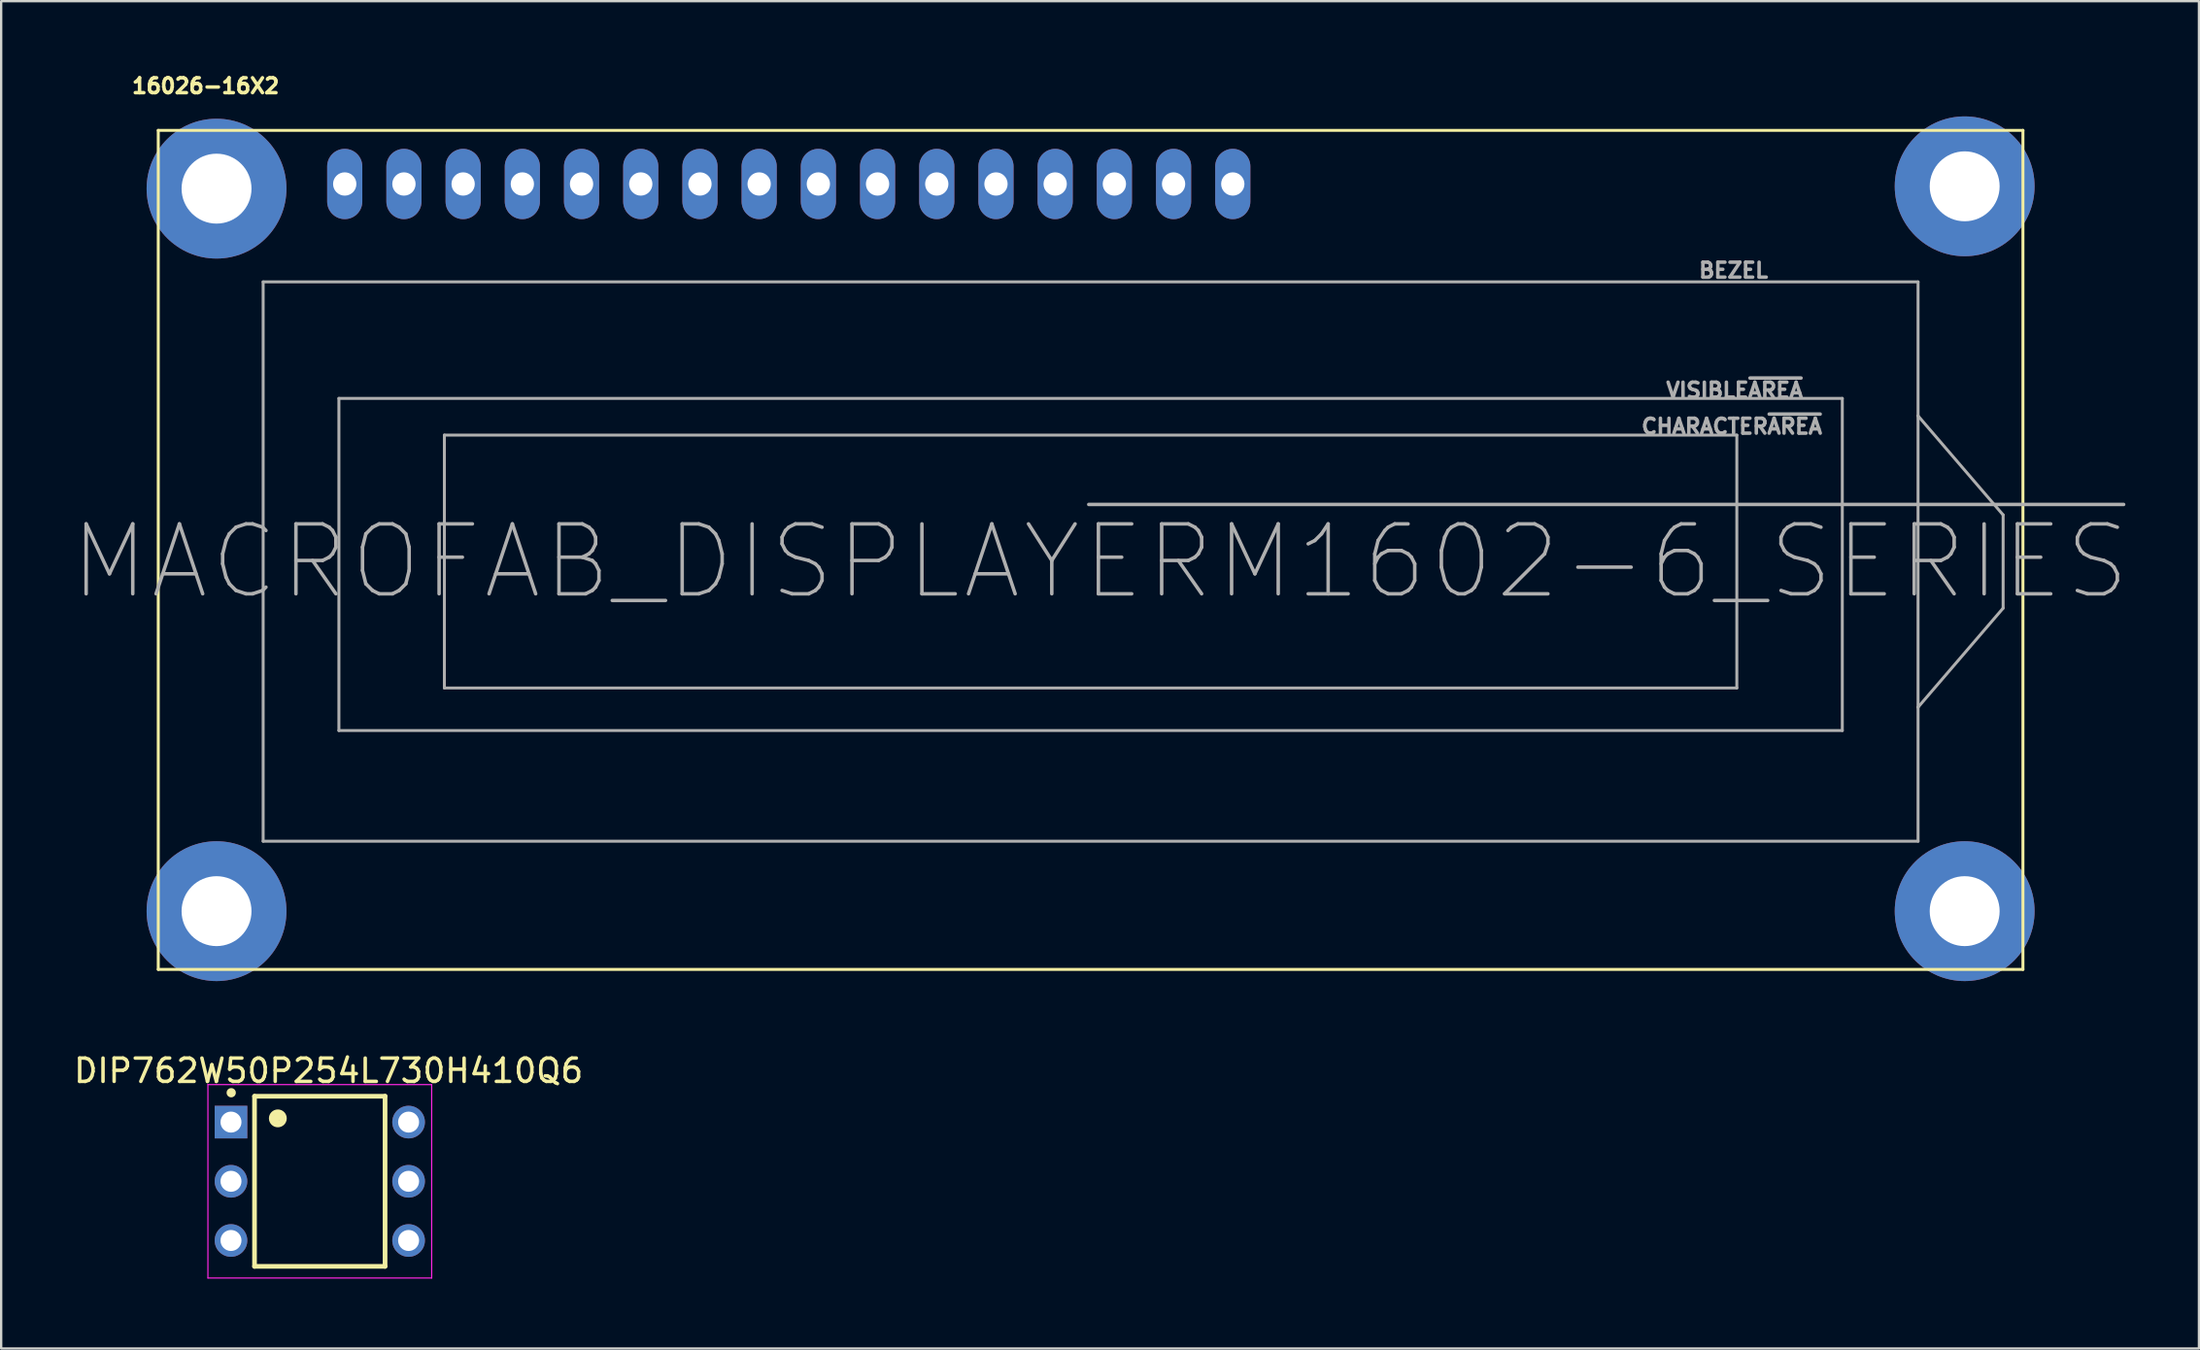
<source format=kicad_pcb>
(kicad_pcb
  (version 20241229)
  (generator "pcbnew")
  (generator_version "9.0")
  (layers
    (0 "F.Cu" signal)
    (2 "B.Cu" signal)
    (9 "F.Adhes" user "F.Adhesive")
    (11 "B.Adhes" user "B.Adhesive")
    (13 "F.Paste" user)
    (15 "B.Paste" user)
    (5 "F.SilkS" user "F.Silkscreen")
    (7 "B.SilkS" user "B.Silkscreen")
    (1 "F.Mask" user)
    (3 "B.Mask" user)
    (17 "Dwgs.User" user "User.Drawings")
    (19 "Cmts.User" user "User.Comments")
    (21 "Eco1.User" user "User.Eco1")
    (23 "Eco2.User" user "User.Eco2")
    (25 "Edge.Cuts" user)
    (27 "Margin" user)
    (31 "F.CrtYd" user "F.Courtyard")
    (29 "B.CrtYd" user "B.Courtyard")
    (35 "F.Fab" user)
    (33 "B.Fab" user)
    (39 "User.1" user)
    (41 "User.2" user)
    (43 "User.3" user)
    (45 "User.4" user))
  (footprint "16026-16X2"
    (layer "F.Cu")
    (at 3.74 2.544)
    (property "Reference" "16026-16X2" (at 2.032 -1.906 0) (layer "F.SilkS") (effects (font (size 0.64 0.64) (thickness 0.15))))
    (attr through_hole)
    (fp_line (start 0 0) (end 0 36) (stroke (width 0.127) (type solid)) (layer "F.SilkS"))
    (fp_line (start 0 0) (end 80 0) (stroke (width 0.127) (type solid)) (layer "F.SilkS"))
    (fp_line (start 0 36) (end 80 36) (stroke (width 0.127) (type solid)) (layer "F.SilkS"))
    (fp_line (start 80 36) (end 80 0) (stroke (width 0.127) (type solid)) (layer "F.SilkS"))
    (fp_line (start 4.5 6.5) (end 4.5 30.5) (stroke (width 0.127) (type solid)) (layer "F.Fab"))
    (fp_line (start 4.5 30.5) (end 75.5 30.5) (stroke (width 0.127) (type solid)) (layer "F.Fab"))
    (fp_line (start 7.75 11.5) (end 7.75 25.75) (stroke (width 0.127) (type solid)) (layer "F.Fab"))
    (fp_line (start 7.75 25.75) (end 72.25 25.75) (stroke (width 0.127) (type solid)) (layer "F.Fab"))
    (fp_line (start 12.275 13.075) (end 12.275 23.925) (stroke (width 0.127) (type solid)) (layer "F.Fab"))
    (fp_line (start 12.275 23.925) (end 67.725 23.925) (stroke (width 0.127) (type solid)) (layer "F.Fab"))
    (fp_line (start 67.725 13.075) (end 12.275 13.075) (stroke (width 0.127) (type solid)) (layer "F.Fab"))
    (fp_line (start 67.725 23.925) (end 67.725 13.075) (stroke (width 0.127) (type solid)) (layer "F.Fab"))
    (fp_line (start 72.25 11.5) (end 7.75 11.5) (stroke (width 0.127) (type solid)) (layer "F.Fab"))
    (fp_line (start 72.25 25.75) (end 72.25 11.5) (stroke (width 0.127) (type solid)) (layer "F.Fab"))
    (fp_line (start 75.5 6.5) (end 4.5 6.5) (stroke (width 0.127) (type solid)) (layer "F.Fab"))
    (fp_line (start 75.5 12.25) (end 75.5 6.5) (stroke (width 0.127) (type solid)) (layer "F.Fab"))
    (fp_line (start 75.5 12.25) (end 79.15 16.5) (stroke (width 0.127) (type solid)) (layer "F.Fab"))
    (fp_line (start 75.5 24.75) (end 75.5 12.25) (stroke (width 0.127) (type solid)) (layer "F.Fab"))
    (fp_line (start 75.5 30.5) (end 75.5 24.75) (stroke (width 0.127) (type solid)) (layer "F.Fab"))
    (fp_line (start 79.15 16.5) (end 79.15 20.5) (stroke (width 0.127) (type solid)) (layer "F.Fab"))
    (fp_line (start 79.15 20.5) (end 75.5 24.75) (stroke (width 0.127) (type solid)) (layer "F.Fab"))
    (fp_text user "CHARACTER~{AREA}" (at 67.51 12.702 0) (layer "F.Fab") (effects (font (size 0.64 0.64) (thickness 0.15))))
    (fp_text user "VISIBLE~{AREA}" (at 67.629 11.156 0) (layer "F.Fab") (effects (font (size 0.641 0.641) (thickness 0.15))))
    (fp_text user "BEZEL" (at 67.582 6.007 0) (layer "F.Fab") (effects (font (size 0.641 0.641) (thickness 0.15))))
    (fp_text user "MACROFAB_DISPLAY~{ERM1602-6_SERIES}" (at 40.406 18.503 0) (layer "F.Fab") (effects (font (size 3 3) (thickness 0.15))))
    (pad "MNT1" thru_hole circle (at 2.5 2.5) (size 6 6) (drill 3) (layers "*.Cu" "*.Mask"))
    (pad "MNT2" thru_hole circle (at 77.5 2.4) (size 6 6) (drill 3) (layers "*.Cu" "*.Mask"))
    (pad "MNT3" thru_hole circle (at 2.5 33.5) (size 6 6) (drill 3) (layers "*.Cu" "*.Mask"))
    (pad "MNT4" thru_hole circle (at 77.5 33.5) (size 6 6) (drill 3) (layers "*.Cu" "*.Mask"))
    (pad "P$1" thru_hole oval (at 8 2.3) (size 1.508 3.016) (drill 1) (layers "*.Cu" "*.Mask"))
    (pad "P$2" thru_hole oval (at 10.54 2.3) (size 1.508 3.016) (drill 1) (layers "*.Cu" "*.Mask"))
    (pad "P$3" thru_hole oval (at 13.08 2.3) (size 1.508 3.016) (drill 1) (layers "*.Cu" "*.Mask"))
    (pad "P$4" thru_hole oval (at 15.62 2.3) (size 1.508 3.016) (drill 1) (layers "*.Cu" "*.Mask"))
    (pad "P$5" thru_hole oval (at 18.16 2.3) (size 1.508 3.016) (drill 1) (layers "*.Cu" "*.Mask"))
    (pad "P$6" thru_hole oval (at 20.7 2.3) (size 1.508 3.016) (drill 1) (layers "*.Cu" "*.Mask"))
    (pad "P$7" thru_hole oval (at 23.24 2.3) (size 1.508 3.016) (drill 1) (layers "*.Cu" "*.Mask"))
    (pad "P$8" thru_hole oval (at 25.78 2.3) (size 1.508 3.016) (drill 1) (layers "*.Cu" "*.Mask"))
    (pad "P$9" thru_hole oval (at 28.32 2.3) (size 1.508 3.016) (drill 1) (layers "*.Cu" "*.Mask"))
    (pad "P$10" thru_hole oval (at 30.86 2.3) (size 1.508 3.016) (drill 1) (layers "*.Cu" "*.Mask"))
    (pad "P$11" thru_hole oval (at 33.4 2.3) (size 1.508 3.016) (drill 1) (layers "*.Cu" "*.Mask"))
    (pad "P$12" thru_hole oval (at 35.94 2.3) (size 1.508 3.016) (drill 1) (layers "*.Cu" "*.Mask"))
    (pad "P$13" thru_hole oval (at 38.48 2.3) (size 1.508 3.016) (drill 1) (layers "*.Cu" "*.Mask"))
    (pad "P$14" thru_hole oval (at 41.02 2.3) (size 1.508 3.016) (drill 1) (layers "*.Cu" "*.Mask"))
    (pad "P$15" thru_hole oval (at 43.56 2.3) (size 1.508 3.016) (drill 1) (layers "*.Cu" "*.Mask"))
    (pad "P$16" thru_hole oval (at 46.1 2.3) (size 1.508 3.016) (drill 1) (layers "*.Cu" "*.Mask")))
  (footprint "DIP762W50P254L730H410Q6"
    (layer "F.Cu")
    (at 10.67 47.635)
    (property "Reference" "DIP762W50P254L730H410Q6" (at 0.376 -4.742 0) (layer "F.SilkS") (effects (font (size 1.001 1.001) (thickness 0.15))))
    (attr through_hole)
    (fp_line (start -2.8 -3.65) (end 2.8 -3.65) (stroke (width 0.2) (type solid)) (layer "F.SilkS"))
    (fp_line (start -2.8 3.65) (end -2.8 -3.65) (stroke (width 0.2) (type solid)) (layer "F.SilkS"))
    (fp_line (start -2 -2.6) (end -1.8 -2.9) (stroke (width 0.2) (type solid)) (layer "F.SilkS"))
    (fp_line (start -2 -2.6) (end -1.8 -2.7) (stroke (width 0.2) (type solid)) (layer "F.SilkS"))
    (fp_line (start -1.8 -2.9) (end -1.6 -2.7) (stroke (width 0.2) (type solid)) (layer "F.SilkS"))
    (fp_line (start -1.7 -2.5) (end -2 -2.6) (stroke (width 0.2) (type solid)) (layer "F.SilkS"))
    (fp_line (start -1.6 -2.7) (end -1.7 -2.5) (stroke (width 0.2) (type solid)) (layer "F.SilkS"))
    (fp_line (start 2.8 -3.65) (end 2.8 3.65) (stroke (width 0.2) (type solid)) (layer "F.SilkS"))
    (fp_line (start 2.8 3.65) (end -2.8 3.65) (stroke (width 0.2) (type solid)) (layer "F.SilkS"))
    (fp_circle (center -3.8 -3.8) (end -3.7 -3.8) (stroke (width 0.2) (type solid)) (fill no) (layer "F.SilkS"))
    (fp_circle (center -1.8 -2.7) (end -1.517 -2.7) (stroke (width 0.2) (type solid)) (fill no) (layer "F.SilkS"))
    (fp_line (start -4.8 -4.15) (end 4.8 -4.15) (stroke (width 0.05) (type solid)) (layer "F.CrtYd"))
    (fp_line (start -4.8 4.15) (end -4.8 -4.15) (stroke (width 0.05) (type solid)) (layer "F.CrtYd"))
    (fp_line (start 4.8 -4.15) (end 4.8 4.15) (stroke (width 0.05) (type solid)) (layer "F.CrtYd"))
    (fp_line (start 4.8 4.15) (end -4.8 4.15) (stroke (width 0.05) (type solid)) (layer "F.CrtYd"))
    (pad "1" thru_hole rect (at -3.81 -2.54) (size 1.4 1.4) (drill 0.9) (layers "*.Cu" "*.Mask"))
    (pad "2" thru_hole circle (at -3.81 0) (size 1.4 1.4) (drill 0.9) (layers "*.Cu" "*.Mask"))
    (pad "3" thru_hole circle (at -3.81 2.54) (size 1.4 1.4) (drill 0.9) (layers "*.Cu" "*.Mask"))
    (pad "4" thru_hole circle (at 3.81 2.54) (size 1.4 1.4) (drill 0.9) (layers "*.Cu" "*.Mask"))
    (pad "5" thru_hole circle (at 3.81 0) (size 1.4 1.4) (drill 0.9) (layers "*.Cu" "*.Mask"))
    (pad "6" thru_hole circle (at 3.81 -2.54) (size 1.4 1.4) (drill 0.9) (layers "*.Cu" "*.Mask")))
  (gr_rect
    (start -3 -3)
    (end 91.291 54.81)
    (stroke (width 0.1) (type default))
    (fill no)
    (layer "Edge.Cuts")))
</source>
